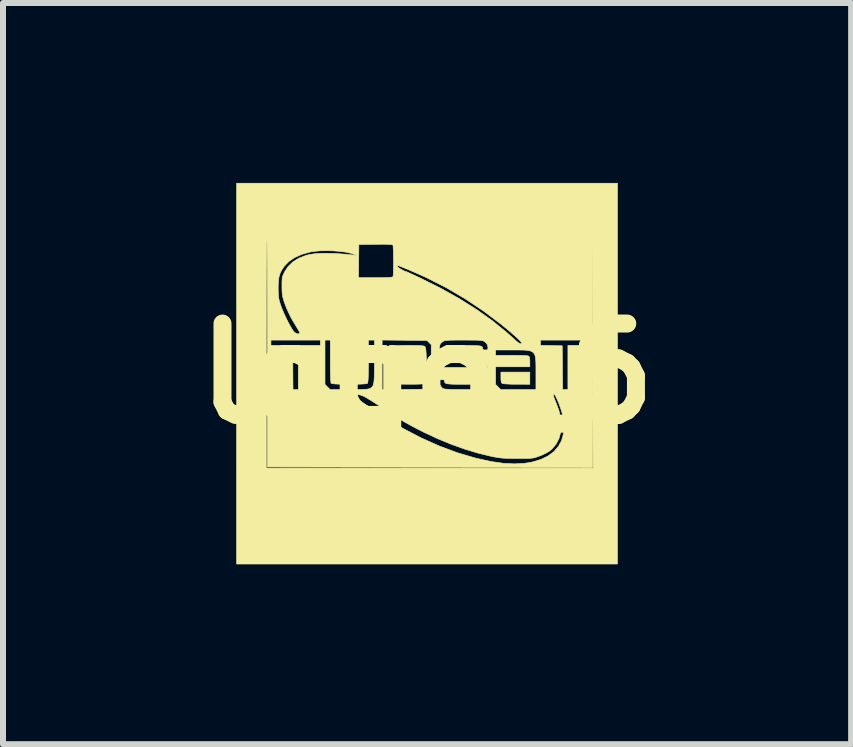
<source format=kicad_pcb>
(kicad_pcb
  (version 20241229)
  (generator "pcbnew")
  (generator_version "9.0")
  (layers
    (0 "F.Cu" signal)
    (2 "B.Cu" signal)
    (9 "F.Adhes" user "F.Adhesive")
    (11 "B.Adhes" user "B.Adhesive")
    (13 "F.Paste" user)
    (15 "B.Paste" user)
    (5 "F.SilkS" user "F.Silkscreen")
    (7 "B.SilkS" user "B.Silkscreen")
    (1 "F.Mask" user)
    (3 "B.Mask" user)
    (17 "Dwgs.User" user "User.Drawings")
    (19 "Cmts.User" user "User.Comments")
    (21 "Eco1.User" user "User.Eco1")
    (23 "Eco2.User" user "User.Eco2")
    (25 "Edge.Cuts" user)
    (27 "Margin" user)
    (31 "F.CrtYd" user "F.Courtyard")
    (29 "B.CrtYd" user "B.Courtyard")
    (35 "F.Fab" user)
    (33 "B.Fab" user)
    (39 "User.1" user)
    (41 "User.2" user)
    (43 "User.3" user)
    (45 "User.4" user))
  (footprint "logo_6"
    (layer "F.Cu")
    (at 4.071 3.18)
    (property "Reference" "logo_6" (at 0 0 0) (layer "F.SilkS") (effects (font (size 1.524 1.524) (thickness 0.3))))
    (attr through_hole)
    (fp_poly (pts (xy 1.714 0.178) (xy 1.495 0.177) (xy 1.418 0.177) (xy 1.351 0.174) (xy 1.298 0.171) (xy 1.264 0.167) (xy 1.254 0.164) (xy 1.242 0.152) (xy 1.235 0.128) (xy 1.232 0.088) (xy 1.232 0.063) (xy 1.232 -0.025) (xy 1.714 -0.025) (xy 1.714 0.178)) (stroke (width 0.01) (type solid)) (fill yes) (layer "F.SilkS"))
    (fp_poly (pts (xy -0.237 -0.47) (xy -0.166 -0.469) (xy -0.114 -0.467) (xy -0.078 -0.464) (xy -0.054 -0.46) (xy -0.039 -0.455) (xy -0.033 -0.45) (xy -0.025 -0.43) (xy -0.019 -0.389) (xy -0.015 -0.332) (xy -0.012 -0.264) (xy -0.01 -0.188) (xy -0.01 -0.11) (xy -0.012 -0.034) (xy -0.015 0.035) (xy -0.019 0.093) (xy -0.025 0.135) (xy -0.032 0.157) (xy -0.033 0.158) (xy -0.042 0.164) (xy -0.059 0.169) (xy -0.086 0.173) (xy -0.126 0.175) (xy -0.182 0.177) (xy -0.258 0.177) (xy -0.334 0.177) (xy -0.417 0.176) (xy -0.492 0.175) (xy -0.554 0.174) (xy -0.601 0.172) (xy -0.627 0.17) (xy -0.632 0.169) (xy -0.637 0.161) (xy -0.641 0.139) (xy -0.644 0.102) (xy -0.646 0.046) (xy -0.647 -0.03) (xy -0.648 -0.129) (xy -0.648 -0.146) (xy -0.648 -0.243) (xy -0.647 -0.319) (xy -0.646 -0.374) (xy -0.643 -0.413) (xy -0.64 -0.439) (xy -0.636 -0.454) (xy -0.63 -0.461) (xy -0.628 -0.462) (xy -0.609 -0.464) (xy -0.57 -0.466) (xy -0.513 -0.468) (xy -0.442 -0.469) (xy -0.363 -0.47) (xy -0.33 -0.47) (xy -0.237 -0.47)) (stroke (width 0.01) (type solid)) (fill yes) (layer "F.SilkS"))
    (fp_poly (pts (xy 3.175 3.175) (xy -3.175 3.175) (xy -3.175 -0.318) (xy -2.68 -0.318) (xy -2.68 1.575) (xy 2.769 1.575) (xy 2.765 -0.321) (xy 2.762 -2.216) (xy 2.759 -0.327) (xy 2.756 1.562) (xy -2.661 1.556) (xy -2.661 0.358) (xy -1.229 0.358) (xy -1.229 0.358) (xy -1.217 0.37) (xy -1.188 0.394) (xy -1.145 0.428) (xy -1.091 0.469) (xy -1.028 0.514) (xy -1.019 0.52) (xy -0.714 0.727) (xy -0.408 0.91) (xy -0.101 1.071) (xy 0.206 1.208) (xy 0.511 1.321) (xy 0.814 1.41) (xy 1.071 1.467) (xy 1.269 1.495) (xy 1.455 1.505) (xy 1.628 1.496) (xy 1.765 1.472) (xy 1.902 1.43) (xy 2.019 1.373) (xy 2.115 1.301) (xy 2.19 1.215) (xy 2.244 1.116) (xy 2.275 1.005) (xy 2.285 0.882) (xy 2.272 0.747) (xy 2.256 0.671) (xy 2.24 0.616) (xy 2.219 0.555) (xy 2.197 0.494) (xy 2.173 0.438) (xy 2.152 0.391) (xy 2.133 0.358) (xy 2.12 0.343) (xy 2.119 0.343) (xy 2.109 0.353) (xy 2.112 0.384) (xy 2.129 0.433) (xy 2.146 0.474) (xy 2.197 0.608) (xy 2.228 0.737) (xy 2.238 0.861) (xy 2.229 0.977) (xy 2.2 1.083) (xy 2.151 1.177) (xy 2.084 1.256) (xy 2.043 1.291) (xy 2 1.317) (xy 1.944 1.346) (xy 1.884 1.371) (xy 1.869 1.377) (xy 1.831 1.39) (xy 1.8 1.4) (xy 1.77 1.407) (xy 1.737 1.411) (xy 1.696 1.414) (xy 1.643 1.415) (xy 1.573 1.415) (xy 1.499 1.415) (xy 1.405 1.414) (xy 1.33 1.413) (xy 1.269 1.41) (xy 1.216 1.405) (xy 1.164 1.397) (xy 1.107 1.387) (xy 1.073 1.38) (xy 0.861 1.329) (xy 0.637 1.262) (xy 0.407 1.18) (xy 0.177 1.085) (xy -0.048 0.98) (xy -0.051 0.979) (xy -0.167 0.92) (xy -0.267 0.867) (xy -0.359 0.816) (xy -0.448 0.764) (xy -0.539 0.707) (xy -0.64 0.642) (xy -0.743 0.573) (xy -0.818 0.523) (xy -0.891 0.476) (xy -0.957 0.435) (xy -1.012 0.402) (xy -1.052 0.38) (xy -1.067 0.373) (xy -1.113 0.357) (xy -1.158 0.347) (xy -1.196 0.343) (xy -1.222 0.347) (xy -1.229 0.358) (xy -2.661 0.358) (xy -2.661 0.268) (xy -0.749 0.268) (xy -0.375 0.264) (xy -0.001 0.26) (xy 0.035 0.225) (xy 0.07 0.19) (xy 0.07 0.141) (xy 0.203 0.141) (xy 0.203 0.143) (xy 0.216 0.193) (xy 0.249 0.236) (xy 0.273 0.252) (xy 0.296 0.257) (xy 0.343 0.261) (xy 0.413 0.264) (xy 0.506 0.266) (xy 0.61 0.266) (xy 0.709 0.266) (xy 0.785 0.266) (xy 0.843 0.264) (xy 0.885 0.262) (xy 0.914 0.259) (xy 0.934 0.254) (xy 0.948 0.248) (xy 0.953 0.245) (xy 0.979 0.226) (xy 0.996 0.206) (xy 1.007 0.18) (xy 1.013 0.143) (xy 1.015 0.09) (xy 1.015 0.038) (xy 1.015 -0.03) (xy 1.012 -0.078) (xy 1.005 -0.112) (xy 0.992 -0.135) (xy 0.973 -0.154) (xy 0.953 -0.169) (xy 0.94 -0.176) (xy 0.922 -0.181) (xy 0.896 -0.185) (xy 0.858 -0.188) (xy 0.806 -0.189) (xy 0.735 -0.19) (xy 0.643 -0.19) (xy 0.622 -0.191) (xy 0.517 -0.191) (xy 0.435 -0.192) (xy 0.375 -0.195) (xy 0.335 -0.198) (xy 0.312 -0.203) (xy 0.307 -0.206) (xy 0.299 -0.226) (xy 0.294 -0.265) (xy 0.292 -0.313) (xy 0.293 -0.364) (xy 0.296 -0.41) (xy 0.302 -0.443) (xy 0.307 -0.455) (xy 0.322 -0.46) (xy 0.353 -0.464) (xy 0.404 -0.467) (xy 0.476 -0.469) (xy 0.57 -0.47) (xy 0.61 -0.47) (xy 0.708 -0.47) (xy 0.783 -0.469) (xy 0.839 -0.466) (xy 0.878 -0.462) (xy 0.904 -0.456) (xy 0.919 -0.447) (xy 0.925 -0.434) (xy 0.927 -0.418) (xy 0.927 -0.417) (xy 0.933 -0.401) (xy 0.956 -0.394) (xy 0.972 -0.394) (xy 1.143 -0.394) (xy 1.143 -0.305) (xy 1.414 -0.305) (xy 1.514 -0.304) (xy 1.591 -0.303) (xy 1.646 -0.3) (xy 1.681 -0.296) (xy 1.698 -0.29) (xy 1.699 -0.29) (xy 1.708 -0.269) (xy 1.713 -0.231) (xy 1.714 -0.194) (xy 1.714 -0.114) (xy 1.143 -0.114) (xy 1.143 0.18) (xy 1.229 0.267) (xy 1.816 0.267) (xy 1.816 -0.007) (xy 1.816 -0.115) (xy 1.814 -0.201) (xy 1.809 -0.268) (xy 1.796 -0.317) (xy 1.773 -0.351) (xy 1.739 -0.373) (xy 1.689 -0.386) (xy 1.622 -0.392) (xy 1.535 -0.394) (xy 1.426 -0.394) (xy 1.423 -0.394) (xy 1.143 -0.394) (xy 0.972 -0.394) (xy 1.001 -0.396) (xy 1.013 -0.407) (xy 1.016 -0.433) (xy 1.016 -0.435) (xy 1.009 -0.476) (xy 0.987 -0.51) (xy 0.953 -0.537) (xy 0.94 -0.544) (xy 0.923 -0.549) (xy 0.897 -0.553) (xy 0.86 -0.556) (xy 0.809 -0.558) (xy 0.74 -0.558) (xy 0.65 -0.559) (xy 0.61 -0.559) (xy 0.511 -0.559) (xy 0.434 -0.558) (xy 0.376 -0.557) (xy 0.334 -0.554) (xy 0.305 -0.551) (xy 0.285 -0.546) (xy 0.271 -0.54) (xy 0.266 -0.537) (xy 0.241 -0.518) (xy 0.223 -0.498) (xy 0.213 -0.473) (xy 0.207 -0.437) (xy 0.204 -0.384) (xy 0.204 -0.326) (xy 0.204 -0.262) (xy 0.205 -0.218) (xy 0.208 -0.189) (xy 0.215 -0.17) (xy 0.226 -0.154) (xy 0.24 -0.139) (xy 0.277 -0.102) (xy 0.578 -0.102) (xy 0.677 -0.101) (xy 0.762 -0.099) (xy 0.829 -0.097) (xy 0.876 -0.093) (xy 0.901 -0.089) (xy 0.903 -0.088) (xy 0.915 -0.079) (xy 0.922 -0.063) (xy 0.926 -0.034) (xy 0.927 0.013) (xy 0.927 0.036) (xy 0.925 0.098) (xy 0.92 0.141) (xy 0.912 0.163) (xy 0.898 0.168) (xy 0.866 0.172) (xy 0.815 0.175) (xy 0.744 0.177) (xy 0.649 0.178) (xy 0.61 0.178) (xy 0.512 0.178) (xy 0.436 0.177) (xy 0.38 0.174) (xy 0.341 0.17) (xy 0.315 0.164) (xy 0.301 0.155) (xy 0.294 0.142) (xy 0.292 0.126) (xy 0.292 0.124) (xy 0.286 0.108) (xy 0.263 0.102) (xy 0.248 0.102) (xy 0.218 0.104) (xy 0.206 0.114) (xy 0.203 0.141) (xy 0.07 0.141) (xy 0.07 -0.482) (xy 0.035 -0.517) (xy -0.001 -0.552) (xy -0.375 -0.556) (xy -0.749 -0.56) (xy -0.749 0.268) (xy -2.661 0.268) (xy -2.661 -0.327) (xy -2.661 -0.544) (xy -2.661 -0.559) (xy -2.603 -0.559) (xy -2.603 -0.471) (xy -2.242 -0.464) (xy -2.238 -0.098) (xy -2.235 0.267) (xy -2.146 0.267) (xy -2.146 -0.47) (xy -1.778 -0.47) (xy -1.778 -0.559) (xy -1.702 -0.559) (xy -1.702 0.18) (xy -1.615 0.267) (xy -1.302 0.267) (xy -1.201 0.266) (xy -1.122 0.266) (xy -1.062 0.264) (xy -1.018 0.261) (xy -0.986 0.258) (xy -0.964 0.252) (xy -0.951 0.247) (xy -0.93 0.235) (xy -0.914 0.22) (xy -0.901 0.2) (xy -0.892 0.171) (xy -0.885 0.132) (xy -0.881 0.078) (xy -0.878 0.008) (xy -0.877 -0.081) (xy -0.876 -0.193) (xy -0.876 -0.209) (xy -0.876 -0.559) (xy -0.978 -0.559) (xy -0.978 -0.206) (xy -0.978 -0.092) (xy -0.979 -0.001) (xy -0.981 0.068) (xy -0.984 0.116) (xy -0.988 0.147) (xy -0.993 0.162) (xy -0.993 0.163) (xy -1.011 0.168) (xy -1.049 0.172) (xy -1.104 0.175) (xy -1.171 0.177) (xy -1.245 0.179) (xy -1.323 0.179) (xy -1.398 0.178) (xy -1.468 0.176) (xy -1.527 0.173) (xy -1.571 0.169) (xy -1.595 0.164) (xy -1.598 0.163) (xy -1.603 0.15) (xy -1.606 0.121) (xy -1.609 0.074) (xy -1.611 0.008) (xy -1.612 -0.08) (xy -1.613 -0.192) (xy -1.613 -0.206) (xy -1.613 -0.559) (xy -1.702 -0.559) (xy -1.778 -0.559) (xy -2.603 -0.559) (xy -2.661 -0.559) (xy -2.661 -0.753) (xy -2.661 -0.954) (xy -2.662 -1.145) (xy -2.662 -1.325) (xy -2.662 -1.422) (xy -2.482 -1.422) (xy -2.481 -1.35) (xy -2.478 -1.295) (xy -2.472 -1.249) (xy -2.461 -1.205) (xy -2.446 -1.156) (xy -2.421 -1.087) (xy -2.39 -1.013) (xy -2.355 -0.936) (xy -2.319 -0.863) (xy -2.283 -0.797) (xy -2.251 -0.742) (xy -2.223 -0.702) (xy -2.203 -0.684) (xy -2.174 -0.667) (xy -2.154 -0.661) (xy -2.135 -0.665) (xy -2.129 -0.668) (xy -2.123 -0.676) (xy -2.127 -0.693) (xy -2.143 -0.723) (xy -2.172 -0.77) (xy -2.177 -0.779) (xy -2.268 -0.932) (xy -2.34 -1.085) (xy -2.378 -1.185) (xy -2.396 -1.239) (xy -2.407 -1.284) (xy -2.414 -1.327) (xy -2.418 -1.379) (xy -2.419 -1.446) (xy -2.419 -1.454) (xy -2.419 -1.52) (xy -2.417 -1.567) (xy -2.413 -1.6) (xy -1.143 -1.6) (xy -0.859 -1.6) (xy -0.765 -1.6) (xy -0.694 -1.601) (xy -0.643 -1.603) (xy -0.607 -1.605) (xy -0.585 -1.609) (xy -0.572 -1.613) (xy -0.567 -1.62) (xy -0.567 -1.62) (xy -0.564 -1.641) (xy -0.561 -1.681) (xy -0.56 -1.736) (xy -0.559 -1.786) (xy -0.495 -1.786) (xy -0.485 -1.774) (xy -0.459 -1.755) (xy -0.425 -1.735) (xy -0.39 -1.716) (xy -0.361 -1.704) (xy -0.349 -1.702) (xy -0.337 -1.697) (xy -0.305 -1.682) (xy -0.257 -1.66) (xy -0.196 -1.632) (xy -0.127 -1.6) (xy -0.114 -1.594) (xy 0.223 -1.426) (xy 0.536 -1.251) (xy 0.825 -1.069) (xy 1.089 -0.881) (xy 1.329 -0.686) (xy 1.426 -0.599) (xy 1.48 -0.549) (xy 1.521 -0.517) (xy 1.549 -0.5) (xy 1.568 -0.497) (xy 1.58 -0.506) (xy 1.581 -0.507) (xy 1.574 -0.52) (xy 1.551 -0.547) (xy 1.539 -0.559) (xy 1.892 -0.559) (xy 1.892 -0.471) (xy 2.254 -0.464) (xy 2.258 -0.098) (xy 2.261 0.267) (xy 2.349 0.267) (xy 2.349 -0.47) (xy 2.718 -0.47) (xy 2.718 -0.559) (xy 1.892 -0.559) (xy 1.539 -0.559) (xy 1.513 -0.585) (xy 1.462 -0.631) (xy 1.401 -0.685) (xy 1.333 -0.743) (xy 1.259 -0.803) (xy 1.245 -0.815) (xy 0.947 -1.04) (xy 0.64 -1.245) (xy 0.326 -1.43) (xy 0.009 -1.591) (xy -0.025 -1.608) (xy -0.091 -1.637) (xy -0.162 -1.669) (xy -0.235 -1.7) (xy -0.305 -1.731) (xy -0.37 -1.758) (xy -0.425 -1.78) (xy -0.465 -1.796) (xy -0.488 -1.803) (xy -0.49 -1.803) (xy -0.495 -1.793) (xy -0.495 -1.786) (xy -0.559 -1.786) (xy -0.559 -1.802) (xy -0.559 -1.873) (xy -0.56 -1.944) (xy -0.561 -2.011) (xy -0.563 -2.07) (xy -0.565 -2.114) (xy -0.568 -2.14) (xy -0.569 -2.143) (xy -0.579 -2.149) (xy -0.601 -2.153) (xy -0.638 -2.155) (xy -0.694 -2.157) (xy -0.769 -2.157) (xy -0.858 -2.156) (xy -1.137 -2.153) (xy -1.143 -1.6) (xy -2.413 -1.6) (xy -2.413 -1.602) (xy -2.405 -1.632) (xy -2.391 -1.663) (xy -2.378 -1.692) (xy -2.319 -1.783) (xy -2.239 -1.861) (xy -2.141 -1.923) (xy -2.024 -1.969) (xy -1.96 -1.986) (xy -1.88 -1.998) (xy -1.779 -2.005) (xy -1.659 -2.006) (xy -1.525 -2.002) (xy -1.378 -1.992) (xy -1.222 -1.976) (xy -1.219 -1.976) (xy -1.175 -1.971) (xy -1.219 -1.99) (xy -1.282 -2.01) (xy -1.364 -2.027) (xy -1.46 -2.039) (xy -1.564 -2.047) (xy -1.671 -2.05) (xy -1.775 -2.048) (xy -1.87 -2.04) (xy -1.95 -2.028) (xy -2.088 -1.989) (xy -2.205 -1.937) (xy -2.302 -1.872) (xy -2.377 -1.795) (xy -2.387 -1.782) (xy -2.425 -1.724) (xy -2.452 -1.669) (xy -2.469 -1.61) (xy -2.479 -1.542) (xy -2.482 -1.457) (xy -2.482 -1.422) (xy -2.662 -1.422) (xy -2.663 -1.493) (xy -2.663 -1.646) (xy -2.664 -1.784) (xy -2.665 -1.905) (xy -2.666 -2.008) (xy -2.667 -2.091) (xy -2.668 -2.154) (xy -2.669 -2.193) (xy -2.67 -2.21) (xy -2.67 -2.21) (xy -2.671 -2.197) (xy -2.672 -2.161) (xy -2.673 -2.102) (xy -2.674 -2.021) (xy -2.675 -1.921) (xy -2.676 -1.803) (xy -2.677 -1.667) (xy -2.678 -1.516) (xy -2.678 -1.35) (xy -2.679 -1.172) (xy -2.679 -0.982) (xy -2.679 -0.782) (xy -2.68 -0.574) (xy -2.68 -0.358) (xy -2.68 -0.318) (xy -3.175 -0.318) (xy -3.175 -3.175) (xy 3.175 -3.175) (xy 3.175 3.175)) (stroke (width 0.01) (type solid)) (fill yes) (layer "F.SilkS")))
  (gr_rect
    (start -3 -3)
    (end 11.143 9.36)
    (stroke (width 0.1) (type default))
    (fill no)
    (layer "Edge.Cuts")))
</source>
